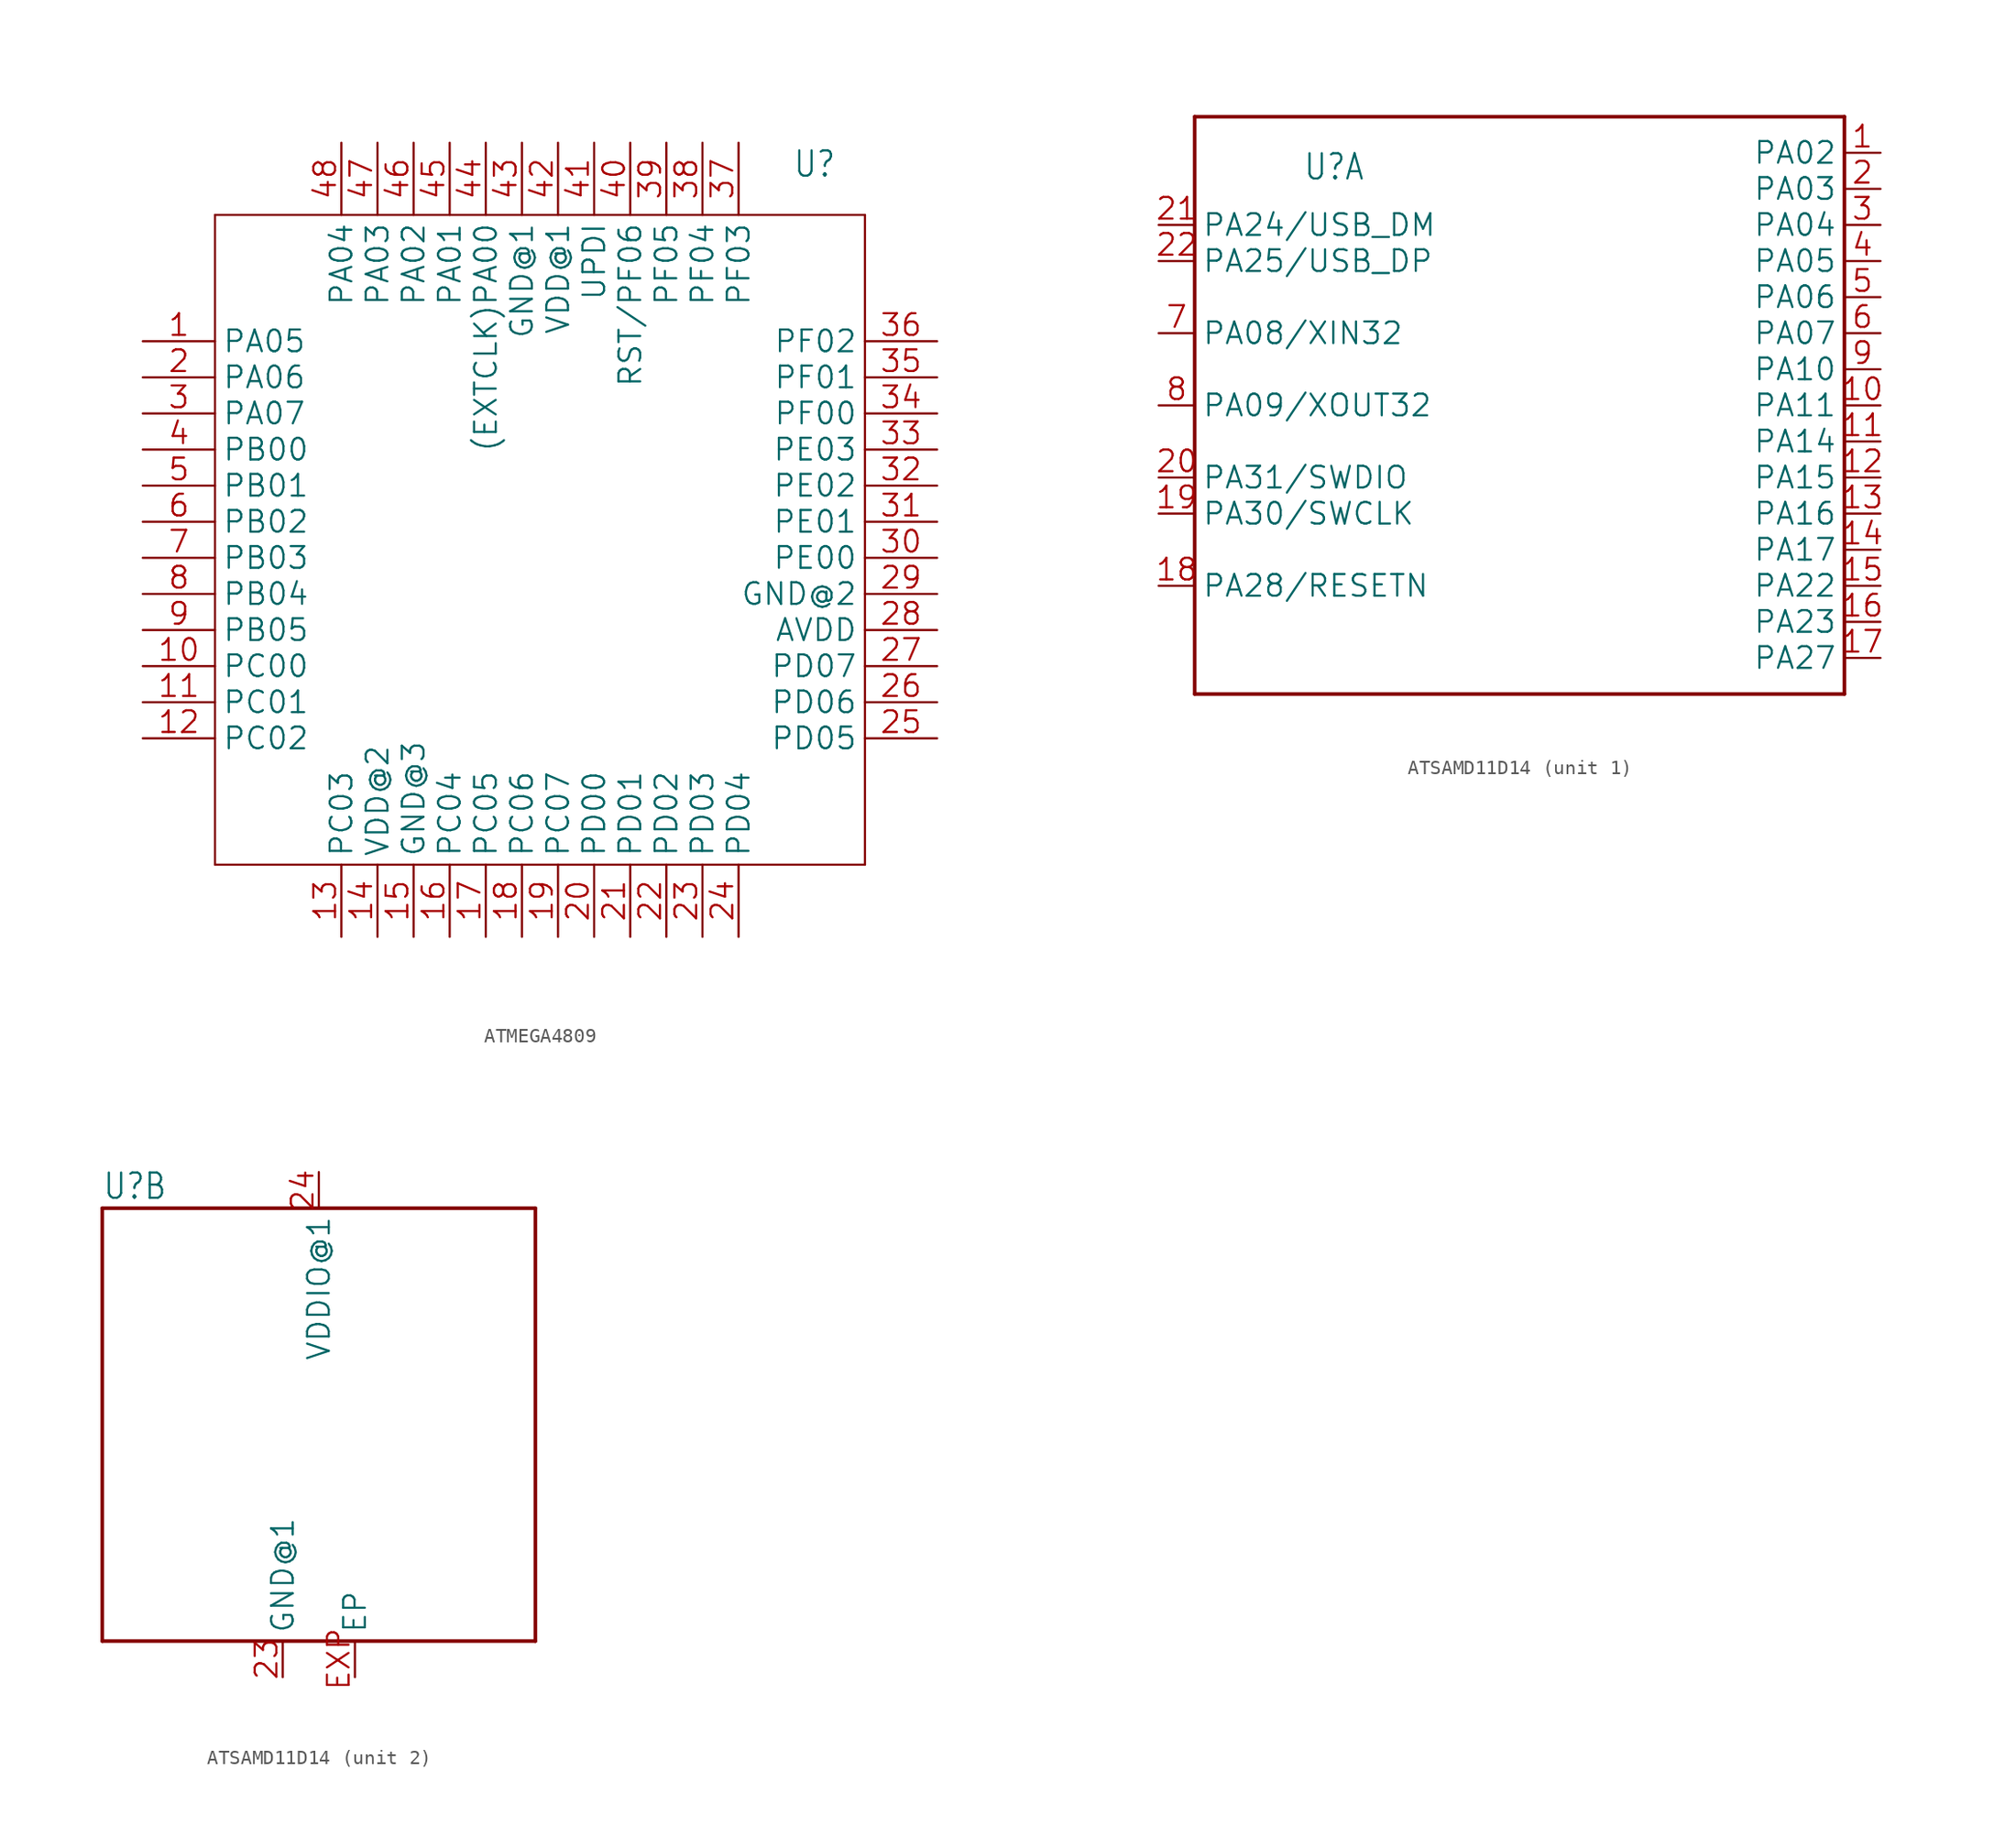
<source format=kicad_sym>
(kicad_symbol_lib
  (version 20241209)
  (generator "kicad_symbol_editor")
  (generator_version "9.0")
  (symbol "ATMEGA4809"
    (property "Reference" "U"
      (at 17.78 25.4 0)
      (effects (font (size 1.778 1.511)) (justify left bottom)))
    (property "Value" ""
      (at 17.78 22.86 0)
      (effects (font (size 1.778 1.511)) (justify left bottom)))
    (property "ki_locked" ""
      (at 0 0 0)
      (effects (font (size 1.27 1.27))))
    (symbol "ATMEGA4809_1_0"
      (polyline (pts (xy -22.86 22.86) (xy -22.86 -22.86)) (stroke (width 0.152) (type solid)) (fill (type none)))
      (polyline (pts (xy -22.86 -22.86) (xy 22.86 -22.86)) (stroke (width 0.152) (type solid)) (fill (type none)))
      (polyline (pts (xy 22.86 22.86) (xy -22.86 22.86)) (stroke (width 0.152) (type solid)) (fill (type none)))
      (polyline (pts (xy 22.86 -22.86) (xy 22.86 22.86)) (stroke (width 0.152) (type solid)) (fill (type none)))
      (pin bidirectional line (at -27.94 13.97 0) (length 5.08) (name "PA05" (effects (font (size 1.524 1.524)))) (number "1" (effects (font (size 1.524 1.524)))))
      (pin bidirectional line (at -27.94 11.43 0) (length 5.08) (name "PA06" (effects (font (size 1.524 1.524)))) (number "2" (effects (font (size 1.524 1.524)))))
      (pin bidirectional line (at -27.94 8.89 0) (length 5.08) (name "PA07" (effects (font (size 1.524 1.524)))) (number "3" (effects (font (size 1.524 1.524)))))
      (pin bidirectional line (at -27.94 6.35 0) (length 5.08) (name "PB00" (effects (font (size 1.524 1.524)))) (number "4" (effects (font (size 1.524 1.524)))))
      (pin bidirectional line (at -27.94 3.81 0) (length 5.08) (name "PB01" (effects (font (size 1.524 1.524)))) (number "5" (effects (font (size 1.524 1.524)))))
      (pin bidirectional line (at -27.94 1.27 0) (length 5.08) (name "PB02" (effects (font (size 1.524 1.524)))) (number "6" (effects (font (size 1.524 1.524)))))
      (pin bidirectional line (at -27.94 -1.27 0) (length 5.08) (name "PB03" (effects (font (size 1.524 1.524)))) (number "7" (effects (font (size 1.524 1.524)))))
      (pin bidirectional line (at -27.94 -3.81 0) (length 5.08) (name "PB04" (effects (font (size 1.524 1.524)))) (number "8" (effects (font (size 1.524 1.524)))))
      (pin bidirectional line (at -27.94 -6.35 0) (length 5.08) (name "PB05" (effects (font (size 1.524 1.524)))) (number "9" (effects (font (size 1.524 1.524)))))
      (pin bidirectional line (at -27.94 -8.89 0) (length 5.08) (name "PC00" (effects (font (size 1.524 1.524)))) (number "10" (effects (font (size 1.524 1.524)))))
      (pin bidirectional line (at -27.94 -11.43 0) (length 5.08) (name "PC01" (effects (font (size 1.524 1.524)))) (number "11" (effects (font (size 1.524 1.524)))))
      (pin bidirectional line (at -27.94 -13.97 0) (length 5.08) (name "PC02" (effects (font (size 1.524 1.524)))) (number "12" (effects (font (size 1.524 1.524)))))
      (pin bidirectional line (at -13.97 27.94 270) (length 5.08) (name "PA04" (effects (font (size 1.524 1.524)))) (number "48" (effects (font (size 1.524 1.524)))))
      (pin bidirectional line (at -13.97 -27.94 90) (length 5.08) (name "PC03" (effects (font (size 1.524 1.524)))) (number "13" (effects (font (size 1.524 1.524)))))
      (pin bidirectional line (at -11.43 27.94 270) (length 5.08) (name "PA03" (effects (font (size 1.524 1.524)))) (number "47" (effects (font (size 1.524 1.524)))))
      (pin bidirectional line (at -11.43 -27.94 90) (length 5.08) (name "VDD@2" (effects (font (size 1.524 1.524)))) (number "14" (effects (font (size 1.524 1.524)))))
      (pin bidirectional line (at -8.89 27.94 270) (length 5.08) (name "PA02" (effects (font (size 1.524 1.524)))) (number "46" (effects (font (size 1.524 1.524)))))
      (pin bidirectional line (at -8.89 -27.94 90) (length 5.08) (name "GND@3" (effects (font (size 1.524 1.524)))) (number "15" (effects (font (size 1.524 1.524)))))
      (pin bidirectional line (at -6.35 27.94 270) (length 5.08) (name "PA01" (effects (font (size 1.524 1.524)))) (number "45" (effects (font (size 1.524 1.524)))))
      (pin bidirectional line (at -6.35 -27.94 90) (length 5.08) (name "PC04" (effects (font (size 1.524 1.524)))) (number "16" (effects (font (size 1.524 1.524)))))
      (pin bidirectional line (at -3.81 27.94 270) (length 5.08) (name "(EXTCLK)PA00" (effects (font (size 1.524 1.524)))) (number "44" (effects (font (size 1.524 1.524)))))
      (pin bidirectional line (at -3.81 -27.94 90) (length 5.08) (name "PC05" (effects (font (size 1.524 1.524)))) (number "17" (effects (font (size 1.524 1.524)))))
      (pin bidirectional line (at -1.27 27.94 270) (length 5.08) (name "GND@1" (effects (font (size 1.524 1.524)))) (number "43" (effects (font (size 1.524 1.524)))))
      (pin bidirectional line (at -1.27 -27.94 90) (length 5.08) (name "PC06" (effects (font (size 1.524 1.524)))) (number "18" (effects (font (size 1.524 1.524)))))
      (pin bidirectional line (at 1.27 27.94 270) (length 5.08) (name "VDD@1" (effects (font (size 1.524 1.524)))) (number "42" (effects (font (size 1.524 1.524)))))
      (pin bidirectional line (at 1.27 -27.94 90) (length 5.08) (name "PC07" (effects (font (size 1.524 1.524)))) (number "19" (effects (font (size 1.524 1.524)))))
      (pin bidirectional line (at 3.81 27.94 270) (length 5.08) (name "UPDI" (effects (font (size 1.524 1.524)))) (number "41" (effects (font (size 1.524 1.524)))))
      (pin bidirectional line (at 3.81 -27.94 90) (length 5.08) (name "PD00" (effects (font (size 1.524 1.524)))) (number "20" (effects (font (size 1.524 1.524)))))
      (pin bidirectional line (at 6.35 27.94 270) (length 5.08) (name "RST/PF06" (effects (font (size 1.524 1.524)))) (number "40" (effects (font (size 1.524 1.524)))))
      (pin bidirectional line (at 6.35 -27.94 90) (length 5.08) (name "PD01" (effects (font (size 1.524 1.524)))) (number "21" (effects (font (size 1.524 1.524)))))
      (pin bidirectional line (at 8.89 27.94 270) (length 5.08) (name "PF05" (effects (font (size 1.524 1.524)))) (number "39" (effects (font (size 1.524 1.524)))))
      (pin bidirectional line (at 8.89 -27.94 90) (length 5.08) (name "PD02" (effects (font (size 1.524 1.524)))) (number "22" (effects (font (size 1.524 1.524)))))
      (pin bidirectional line (at 11.43 27.94 270) (length 5.08) (name "PF04" (effects (font (size 1.524 1.524)))) (number "38" (effects (font (size 1.524 1.524)))))
      (pin bidirectional line (at 11.43 -27.94 90) (length 5.08) (name "PD03" (effects (font (size 1.524 1.524)))) (number "23" (effects (font (size 1.524 1.524)))))
      (pin bidirectional line (at 13.97 27.94 270) (length 5.08) (name "PF03" (effects (font (size 1.524 1.524)))) (number "37" (effects (font (size 1.524 1.524)))))
      (pin bidirectional line (at 13.97 -27.94 90) (length 5.08) (name "PD04" (effects (font (size 1.524 1.524)))) (number "24" (effects (font (size 1.524 1.524)))))
      (pin bidirectional line (at 27.94 13.97 180) (length 5.08) (name "PF02" (effects (font (size 1.524 1.524)))) (number "36" (effects (font (size 1.524 1.524)))))
      (pin bidirectional line (at 27.94 11.43 180) (length 5.08) (name "PF01" (effects (font (size 1.524 1.524)))) (number "35" (effects (font (size 1.524 1.524)))))
      (pin bidirectional line (at 27.94 8.89 180) (length 5.08) (name "PF00" (effects (font (size 1.524 1.524)))) (number "34" (effects (font (size 1.524 1.524)))))
      (pin bidirectional line (at 27.94 6.35 180) (length 5.08) (name "PE03" (effects (font (size 1.524 1.524)))) (number "33" (effects (font (size 1.524 1.524)))))
      (pin bidirectional line (at 27.94 3.81 180) (length 5.08) (name "PE02" (effects (font (size 1.524 1.524)))) (number "32" (effects (font (size 1.524 1.524)))))
      (pin bidirectional line (at 27.94 1.27 180) (length 5.08) (name "PE01" (effects (font (size 1.524 1.524)))) (number "31" (effects (font (size 1.524 1.524)))))
      (pin bidirectional line (at 27.94 -1.27 180) (length 5.08) (name "PE00" (effects (font (size 1.524 1.524)))) (number "30" (effects (font (size 1.524 1.524)))))
      (pin bidirectional line (at 27.94 -3.81 180) (length 5.08) (name "GND@2" (effects (font (size 1.524 1.524)))) (number "29" (effects (font (size 1.524 1.524)))))
      (pin bidirectional line (at 27.94 -6.35 180) (length 5.08) (name "AVDD" (effects (font (size 1.524 1.524)))) (number "28" (effects (font (size 1.524 1.524)))))
      (pin bidirectional line (at 27.94 -8.89 180) (length 5.08) (name "PD07" (effects (font (size 1.524 1.524)))) (number "27" (effects (font (size 1.524 1.524)))))
      (pin bidirectional line (at 27.94 -11.43 180) (length 5.08) (name "PD06" (effects (font (size 1.524 1.524)))) (number "26" (effects (font (size 1.524 1.524)))))
      (pin bidirectional line (at 27.94 -13.97 180) (length 5.08) (name "PD05" (effects (font (size 1.524 1.524)))) (number "25" (effects (font (size 1.524 1.524)))))))
  (symbol "ATSAMD11D14"
    (property "Reference" "U"
      (at -15.24 15.748 0)
      (effects (font (size 1.778 1.511)) (justify left bottom)))
    (property "Value" ""
      (at -15.24 -15.748 0)
      (effects (font (size 1.778 1.511)) (justify left top)))
    (property "ki_locked" ""
      (at 0 0 0)
      (effects (font (size 1.27 1.27))))
    (symbol "ATSAMD11D14_1_0"
      (polyline (pts (xy -22.86 20.32) (xy 22.86 20.32)) (stroke (width 0.254) (type solid)) (fill (type none)))
      (polyline (pts (xy -22.86 -20.32) (xy -22.86 20.32)) (stroke (width 0.254) (type solid)) (fill (type none)))
      (polyline (pts (xy 22.86 20.32) (xy 22.86 -20.32)) (stroke (width 0.254) (type solid)) (fill (type none)))
      (polyline (pts (xy 22.86 -20.32) (xy -22.86 -20.32)) (stroke (width 0.254) (type solid)) (fill (type none)))
      (pin bidirectional line (at -25.4 12.7 0) (length 2.54) (name "PA24/USB_DM" (effects (font (size 1.524 1.524)))) (number "21" (effects (font (size 1.524 1.524)))))
      (pin bidirectional line (at -25.4 10.16 0) (length 2.54) (name "PA25/USB_DP" (effects (font (size 1.524 1.524)))) (number "22" (effects (font (size 1.524 1.524)))))
      (pin bidirectional line (at -25.4 5.08 0) (length 2.54) (name "PA08/XIN32" (effects (font (size 1.524 1.524)))) (number "7" (effects (font (size 1.524 1.524)))))
      (pin bidirectional line (at -25.4 0 0) (length 2.54) (name "PA09/XOUT32" (effects (font (size 1.524 1.524)))) (number "8" (effects (font (size 1.524 1.524)))))
      (pin bidirectional line (at -25.4 -5.08 0) (length 2.54) (name "PA31/SWDIO" (effects (font (size 1.524 1.524)))) (number "20" (effects (font (size 1.524 1.524)))))
      (pin bidirectional line (at -25.4 -7.62 0) (length 2.54) (name "PA30/SWCLK" (effects (font (size 1.524 1.524)))) (number "19" (effects (font (size 1.524 1.524)))))
      (pin bidirectional line (at -25.4 -12.7 0) (length 2.54) (name "PA28/RESETN" (effects (font (size 1.524 1.524)))) (number "18" (effects (font (size 1.524 1.524)))))
      (pin bidirectional line (at 25.4 17.78 180) (length 2.54) (name "PA02" (effects (font (size 1.524 1.524)))) (number "1" (effects (font (size 1.524 1.524)))))
      (pin bidirectional line (at 25.4 15.24 180) (length 2.54) (name "PA03" (effects (font (size 1.524 1.524)))) (number "2" (effects (font (size 1.524 1.524)))))
      (pin bidirectional line (at 25.4 12.7 180) (length 2.54) (name "PA04" (effects (font (size 1.524 1.524)))) (number "3" (effects (font (size 1.524 1.524)))))
      (pin bidirectional line (at 25.4 10.16 180) (length 2.54) (name "PA05" (effects (font (size 1.524 1.524)))) (number "4" (effects (font (size 1.524 1.524)))))
      (pin bidirectional line (at 25.4 7.62 180) (length 2.54) (name "PA06" (effects (font (size 1.524 1.524)))) (number "5" (effects (font (size 1.524 1.524)))))
      (pin bidirectional line (at 25.4 5.08 180) (length 2.54) (name "PA07" (effects (font (size 1.524 1.524)))) (number "6" (effects (font (size 1.524 1.524)))))
      (pin bidirectional line (at 25.4 2.54 180) (length 2.54) (name "PA10" (effects (font (size 1.524 1.524)))) (number "9" (effects (font (size 1.524 1.524)))))
      (pin bidirectional line (at 25.4 0 180) (length 2.54) (name "PA11" (effects (font (size 1.524 1.524)))) (number "10" (effects (font (size 1.524 1.524)))))
      (pin bidirectional line (at 25.4 -2.54 180) (length 2.54) (name "PA14" (effects (font (size 1.524 1.524)))) (number "11" (effects (font (size 1.524 1.524)))))
      (pin bidirectional line (at 25.4 -5.08 180) (length 2.54) (name "PA15" (effects (font (size 1.524 1.524)))) (number "12" (effects (font (size 1.524 1.524)))))
      (pin bidirectional line (at 25.4 -7.62 180) (length 2.54) (name "PA16" (effects (font (size 1.524 1.524)))) (number "13" (effects (font (size 1.524 1.524)))))
      (pin bidirectional line (at 25.4 -10.16 180) (length 2.54) (name "PA17" (effects (font (size 1.524 1.524)))) (number "14" (effects (font (size 1.524 1.524)))))
      (pin bidirectional line (at 25.4 -12.7 180) (length 2.54) (name "PA22" (effects (font (size 1.524 1.524)))) (number "15" (effects (font (size 1.524 1.524)))))
      (pin bidirectional line (at 25.4 -15.24 180) (length 2.54) (name "PA23" (effects (font (size 1.524 1.524)))) (number "16" (effects (font (size 1.524 1.524)))))
      (pin bidirectional line (at 25.4 -17.78 180) (length 2.54) (name "PA27" (effects (font (size 1.524 1.524)))) (number "17" (effects (font (size 1.524 1.524))))))
    (symbol "ATSAMD11D14_2_0"
      (polyline (pts (xy -15.24 15.24) (xy 15.24 15.24)) (stroke (width 0.254) (type solid)) (fill (type none)))
      (polyline (pts (xy -15.24 -15.24) (xy -15.24 15.24)) (stroke (width 0.254) (type solid)) (fill (type none)))
      (polyline (pts (xy 15.24 15.24) (xy 15.24 -15.24)) (stroke (width 0.254) (type solid)) (fill (type none)))
      (polyline (pts (xy 15.24 -15.24) (xy -15.24 -15.24)) (stroke (width 0.254) (type solid)) (fill (type none)))
      (pin power_in line (at -2.54 -17.78 90) (length 2.54) (name "GND@1" (effects (font (size 1.524 1.524)))) (number "23" (effects (font (size 1.524 1.524)))))
      (pin power_in line (at 0 17.78 270) (length 2.54) (name "VDDIO@1" (effects (font (size 1.524 1.524)))) (number "24" (effects (font (size 1.524 1.524)))))
      (pin power_in line (at 2.54 -17.78 90) (length 2.54) (name "EP" (effects (font (size 1.524 1.524)))) (number "EXP" (effects (font (size 1.524 1.524))))))))
</source>
